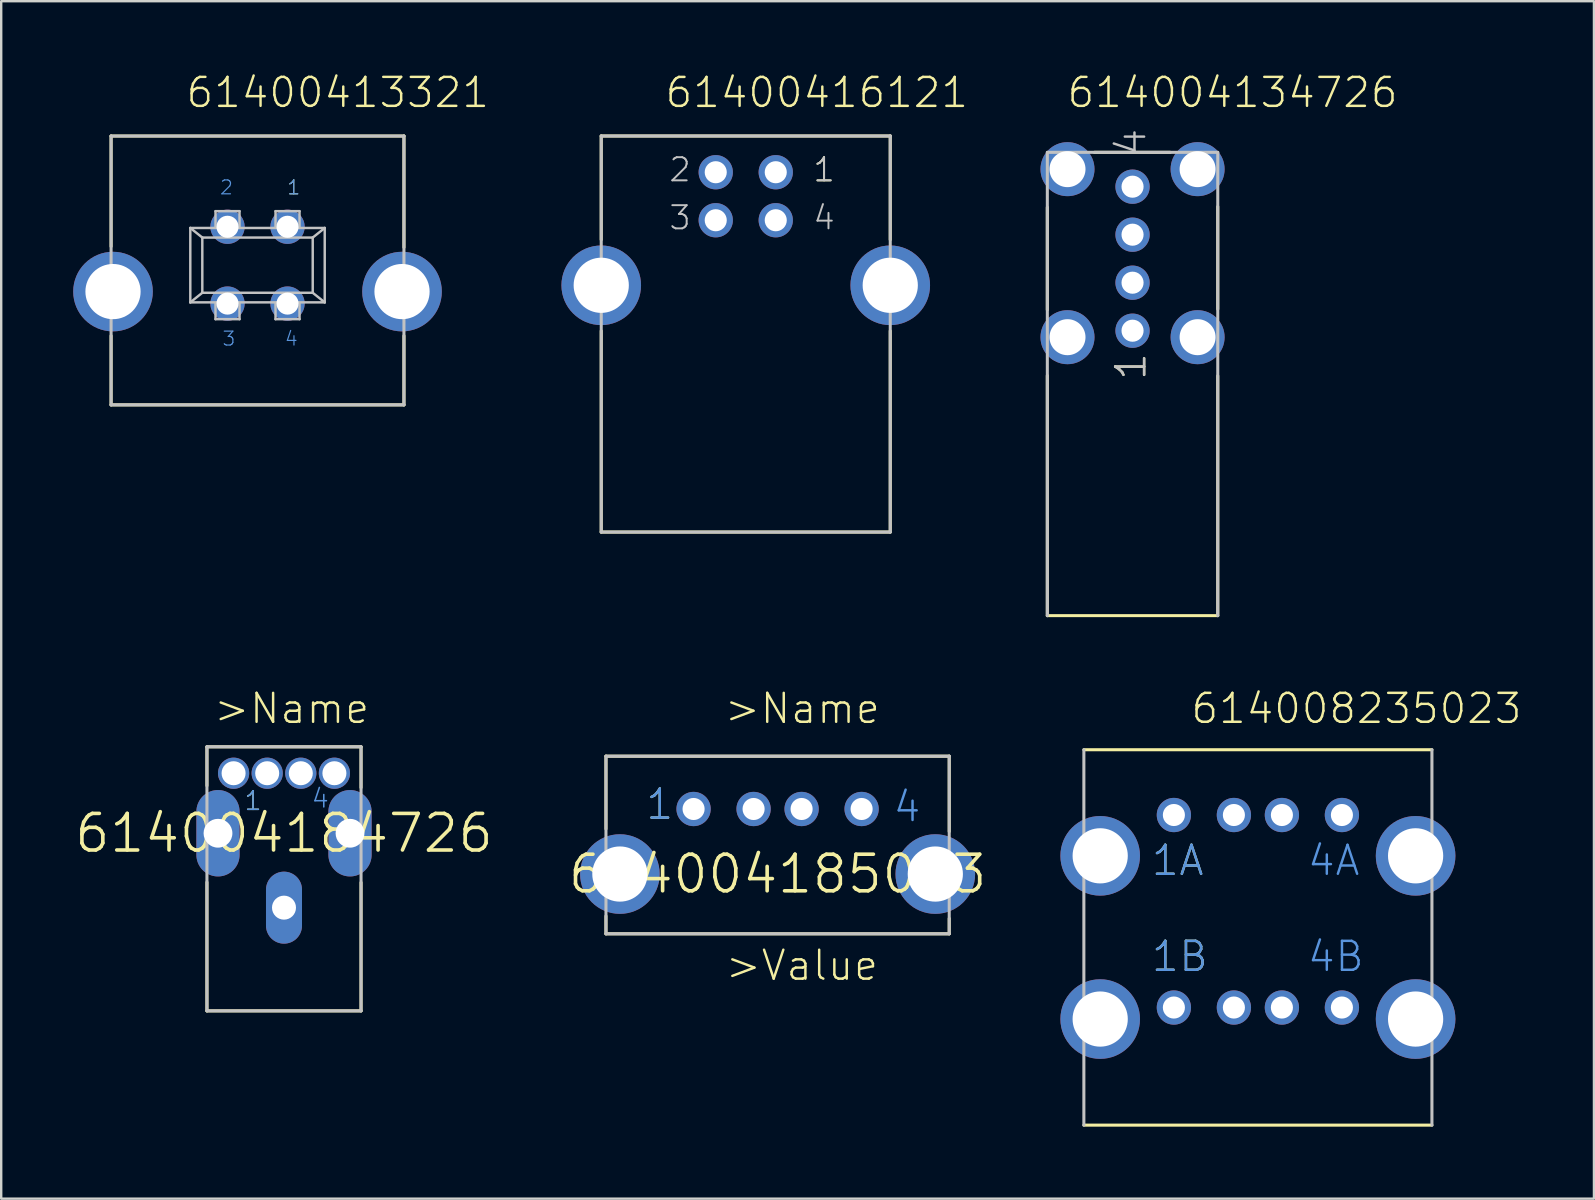
<source format=kicad_pcb>
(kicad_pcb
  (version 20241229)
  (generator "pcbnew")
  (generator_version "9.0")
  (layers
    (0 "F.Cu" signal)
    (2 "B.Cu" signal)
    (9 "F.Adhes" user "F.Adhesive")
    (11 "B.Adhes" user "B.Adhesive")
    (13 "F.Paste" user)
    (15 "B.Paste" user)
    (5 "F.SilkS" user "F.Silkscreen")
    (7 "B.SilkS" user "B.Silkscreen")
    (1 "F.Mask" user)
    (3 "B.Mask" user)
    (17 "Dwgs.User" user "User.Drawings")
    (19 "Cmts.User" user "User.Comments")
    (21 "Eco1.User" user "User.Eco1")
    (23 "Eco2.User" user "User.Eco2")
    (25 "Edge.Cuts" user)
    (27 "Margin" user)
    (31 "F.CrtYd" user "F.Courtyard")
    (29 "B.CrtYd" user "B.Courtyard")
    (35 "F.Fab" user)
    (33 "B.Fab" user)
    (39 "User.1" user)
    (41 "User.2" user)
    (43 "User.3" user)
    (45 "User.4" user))
  (footprint "614008235023"
    (layer "F.Cu")
    (at 49.353 36.003)
    (property "Reference" "614008235023" (at -2.852 -8.831 0) (layer "F.SilkS") (effects (font (size 1.206 1.206) (thickness 0.102)) (justify left bottom)))
    (attr through_hole)
    (fp_line (start -7.25 7.82) (end 7.25 7.82) (stroke (width 0.127) (type solid)) (layer "F.SilkS"))
    (fp_line (start 7.25 -7.82) (end -7.25 -7.82) (stroke (width 0.127) (type solid)) (layer "F.SilkS"))
    (fp_line (start -7.25 -7.82) (end -7.25 7.82) (stroke (width 0.127) (type solid)) (layer "Dwgs.User"))
    (fp_line (start 7.25 7.82) (end 7.25 -7.82) (stroke (width 0.127) (type solid)) (layer "Dwgs.User"))
    (fp_text user "1A" (at -4.5 -2.5 0) (layer "F.SilkS") (effects (font (size 1.206 1.206) (thickness 0.102)) (justify left bottom)))
    (fp_text user "1B" (at -4.5 1.5 0) (layer "F.SilkS") (effects (font (size 1.206 1.206) (thickness 0.102)) (justify left bottom)))
    (fp_text user "4B" (at 2 1.5 0) (layer "Cmts.User") (effects (font (size 1.206 1.206) (thickness 0.102)) (justify left bottom)))
    (fp_text user "1B" (at -4.5 1.5 0) (layer "Cmts.User") (effects (font (size 1.206 1.206) (thickness 0.102)) (justify left bottom)))
    (fp_text user "1A" (at -4.5 -2.5 0) (layer "Cmts.User") (effects (font (size 1.206 1.206) (thickness 0.102)) (justify left bottom)))
    (fp_text user "4A" (at 2 -2.5 0) (layer "Cmts.User") (effects (font (size 1.206 1.206) (thickness 0.102)) (justify left bottom)))
    (pad "A1" thru_hole circle (at -3.5 -5.1) (size 1.428 1.428) (drill 0.92) (layers "*.Cu" "*.Mask"))
    (pad "A2" thru_hole circle (at -1 -5.1) (size 1.428 1.428) (drill 0.92) (layers "*.Cu" "*.Mask"))
    (pad "A3" thru_hole circle (at 1 -5.1) (size 1.428 1.428) (drill 0.92) (layers "*.Cu" "*.Mask"))
    (pad "A4" thru_hole circle (at 3.5 -5.1) (size 1.428 1.428) (drill 0.92) (layers "*.Cu" "*.Mask"))
    (pad "B1" thru_hole circle (at -3.5 2.92) (size 1.428 1.428) (drill 0.92) (layers "*.Cu" "*.Mask"))
    (pad "B2" thru_hole circle (at -1 2.92) (size 1.428 1.428) (drill 0.92) (layers "*.Cu" "*.Mask"))
    (pad "B3" thru_hole circle (at 1 2.92) (size 1.428 1.428) (drill 0.92) (layers "*.Cu" "*.Mask"))
    (pad "B4" thru_hole circle (at 3.5 2.92) (size 1.428 1.428) (drill 0.92) (layers "*.Cu" "*.Mask"))
    (pad "SHEL" thru_hole circle (at -6.57 -3.4) (size 3.316 3.316) (drill 2.3) (layers "*.Cu" "*.Mask"))
    (pad "SHEL" thru_hole circle (at -6.57 3.4) (size 3.316 3.316) (drill 2.3) (layers "*.Cu" "*.Mask"))
    (pad "SHEL" thru_hole circle (at 6.57 -3.4) (size 3.316 3.316) (drill 2.3) (layers "*.Cu" "*.Mask"))
    (pad "SHEL" thru_hole circle (at 6.57 3.4) (size 3.316 3.316) (drill 2.3) (layers "*.Cu" "*.Mask")))
  (footprint "614004184726"
    (layer "F.Cu")
    (at 8.781 31.662)
    (property "Reference" "614004184726" (at 0 0 0) (layer "F.SilkS") (effects (font (size 1.524 1.524) (thickness 0.15))))
    (attr through_hole)
    (fp_line (start -3.21 -3.6) (end 3.21 -3.6) (stroke (width 0.127) (type solid)) (layer "F.SilkS"))
    (fp_line (start -3.21 -1.98) (end -3.21 -3.6) (stroke (width 0.127) (type solid)) (layer "F.SilkS"))
    (fp_line (start -3.21 2.04) (end -3.21 7.4) (stroke (width 0.127) (type solid)) (layer "F.SilkS"))
    (fp_line (start -3.21 7.4) (end 3.21 7.4) (stroke (width 0.127) (type solid)) (layer "F.SilkS"))
    (fp_line (start 3.21 -3.6) (end 3.21 -1.9) (stroke (width 0.127) (type solid)) (layer "F.SilkS"))
    (fp_line (start 3.21 7.4) (end 3.21 2.05) (stroke (width 0.127) (type solid)) (layer "F.SilkS"))
    (fp_line (start -3.21 -3.6) (end -3.21 7.4) (stroke (width 0.127) (type solid)) (layer "Dwgs.User"))
    (fp_line (start -3.21 -3.6) (end 3.21 -3.6) (stroke (width 0.127) (type solid)) (layer "Dwgs.User"))
    (fp_line (start -3.21 7.4) (end 3.21 7.4) (stroke (width 0.127) (type solid)) (layer "Dwgs.User"))
    (fp_line (start 3.21 -3.6) (end 3.21 7.4) (stroke (width 0.127) (type solid)) (layer "Dwgs.User"))
    (fp_text user ">Name" (at -2.99 -4.49 0) (layer "F.SilkS") (effects (font (size 1.206 1.206) (thickness 0.102)) (justify left bottom)))
    (fp_text user "1" (at -1.7 -0.9 0) (layer "F.SilkS") (effects (font (size 0.772 0.772) (thickness 0.065)) (justify left bottom)))
    (fp_text user "1" (at -1.7 -0.9 0) (layer "Cmts.User") (effects (font (size 0.772 0.772) (thickness 0.065)) (justify left bottom)))
    (fp_text user "4" (at 1.1 -1 0) (layer "Cmts.User") (effects (font (size 0.772 0.772) (thickness 0.065)) (justify left bottom)))
    (pad "1" thru_hole circle (at -2.1 -2.5) (size 1.3 1.3) (drill 1) (layers "*.Cu" "*.Mask"))
    (pad "2" thru_hole circle (at -0.7 -2.5) (size 1.3 1.3) (drill 1) (layers "*.Cu" "*.Mask"))
    (pad "3" thru_hole circle (at 0.7 -2.5) (size 1.3 1.3) (drill 1) (layers "*.Cu" "*.Mask"))
    (pad "4" thru_hole circle (at 2.1 -2.5) (size 1.3 1.3) (drill 1) (layers "*.Cu" "*.Mask"))
    (pad "SHEL" thru_hole oval (at -2.75 0 90) (size 3.6 1.8) (drill 1.2) (layers "*.Cu" "*.Mask"))
    (pad "SHEL" thru_hole oval (at 0 3.1 90) (size 3 1.5) (drill 1) (layers "*.Cu" "*.Mask"))
    (pad "SHEL" thru_hole oval (at 2.75 0 90) (size 3.6 1.8) (drill 1.2) (layers "*.Cu" "*.Mask")))
  (footprint "614004185023"
    (layer "F.Cu")
    (at 29.344 33.362)
    (property "Reference" "614004185023" (at 0 0 0) (layer "F.SilkS") (effects (font (size 1.524 1.524) (thickness 0.15))))
    (attr through_hole)
    (fp_line (start -7.15 -1.88) (end -7.15 -4.91) (stroke (width 0.127) (type solid)) (layer "F.SilkS"))
    (fp_line (start -7.15 1.75) (end -7.15 2.49) (stroke (width 0.127) (type solid)) (layer "F.SilkS"))
    (fp_line (start 7.15 -4.91) (end -7.15 -4.91) (stroke (width 0.127) (type solid)) (layer "F.SilkS"))
    (fp_line (start 7.15 -1.77) (end 7.15 -4.91) (stroke (width 0.127) (type solid)) (layer "F.SilkS"))
    (fp_line (start 7.15 1.85) (end 7.15 2.49) (stroke (width 0.127) (type solid)) (layer "F.SilkS"))
    (fp_line (start 7.15 2.49) (end -7.15 2.49) (stroke (width 0.127) (type solid)) (layer "F.SilkS"))
    (fp_line (start -7.15 2.49) (end -7.15 -4.91) (stroke (width 0.127) (type solid)) (layer "Dwgs.User"))
    (fp_line (start 7.15 -4.91) (end -7.15 -4.91) (stroke (width 0.127) (type solid)) (layer "Dwgs.User"))
    (fp_line (start 7.15 2.49) (end -7.15 2.49) (stroke (width 0.127) (type solid)) (layer "Dwgs.User"))
    (fp_line (start 7.15 2.49) (end 7.15 -4.91) (stroke (width 0.127) (type solid)) (layer "Dwgs.User"))
    (fp_text user ">Value" (at -2.24 4.51 0) (layer "F.SilkS") (effects (font (size 1.206 1.206) (thickness 0.102)) (justify left bottom)))
    (fp_text user "1" (at -5.55 -2.2 0) (layer "F.SilkS") (effects (font (size 1.206 1.206) (thickness 0.102)) (justify left bottom)))
    (fp_text user ">Name" (at -2.28 -6.19 0) (layer "F.SilkS") (effects (font (size 1.206 1.206) (thickness 0.102)) (justify left bottom)))
    (fp_text user "4" (at 4.75 -2.1 0) (layer "Cmts.User") (effects (font (size 1.206 1.206) (thickness 0.102)) (justify left bottom)))
    (fp_text user "1" (at -5.55 -2.2 0) (layer "Cmts.User") (effects (font (size 1.206 1.206) (thickness 0.102)) (justify left bottom)))
    (pad "1" thru_hole circle (at -3.5 -2.71 180) (size 1.428 1.428) (drill 0.92) (layers "*.Cu" "*.Mask"))
    (pad "2" thru_hole circle (at -1 -2.71 180) (size 1.428 1.428) (drill 0.92) (layers "*.Cu" "*.Mask"))
    (pad "3" thru_hole circle (at 1 -2.71 180) (size 1.428 1.428) (drill 0.92) (layers "*.Cu" "*.Mask"))
    (pad "4" thru_hole circle (at 3.5 -2.71 180) (size 1.428 1.428) (drill 0.92) (layers "*.Cu" "*.Mask"))
    (pad "SHEL" thru_hole circle (at -6.57 0 180) (size 3.316 3.316) (drill 2.3) (layers "*.Cu" "*.Mask"))
    (pad "SHEL" thru_hole circle (at 6.57 0 180) (size 3.316 3.316) (drill 2.3) (layers "*.Cu" "*.Mask")))
  (footprint "61400416121"
    (layer "F.Cu")
    (at 28.017 8.835)
    (property "Reference" "61400416121" (at -3.424 -7.323 0) (layer "F.SilkS") (effects (font (size 1.206 1.206) (thickness 0.102)) (justify left bottom)))
    (attr through_hole)
    (fp_line (start -6.02 -6.22) (end -6.02 -1.9) (stroke (width 0.127) (type solid)) (layer "F.SilkS"))
    (fp_line (start -6.02 10.28) (end -6.02 1.9) (stroke (width 0.127) (type solid)) (layer "F.SilkS"))
    (fp_line (start 6.02 -6.22) (end -6.02 -6.22) (stroke (width 0.127) (type solid)) (layer "F.SilkS"))
    (fp_line (start 6.02 -1.9) (end 6.02 -6.22) (stroke (width 0.127) (type solid)) (layer "F.SilkS"))
    (fp_line (start 6.02 1.9) (end 6.02 10.28) (stroke (width 0.127) (type solid)) (layer "F.SilkS"))
    (fp_line (start 6.02 10.28) (end -6.02 10.28) (stroke (width 0.127) (type solid)) (layer "F.SilkS"))
    (fp_line (start -6.02 -6.22) (end -6.02 10.28) (stroke (width 0.127) (type solid)) (layer "Dwgs.User"))
    (fp_line (start -6.02 10.28) (end 6.02 10.28) (stroke (width 0.127) (type solid)) (layer "Dwgs.User"))
    (fp_line (start 6.02 -6.22) (end -6.02 -6.22) (stroke (width 0.127) (type solid)) (layer "Dwgs.User"))
    (fp_line (start 6.02 10.28) (end 6.02 -6.22) (stroke (width 0.127) (type solid)) (layer "Dwgs.User"))
    (fp_text user "1" (at 2.75 -4.25 0) (layer "F.SilkS") (effects (font (size 0.965 0.965) (thickness 0.081)) (justify left bottom)))
    (fp_text user "1" (at 2.75 -4.25 0) (layer "Dwgs.User") (effects (font (size 0.965 0.965) (thickness 0.081)) (justify left bottom)))
    (fp_text user "3" (at -3.25 -2.25 0) (layer "Dwgs.User") (effects (font (size 0.965 0.965) (thickness 0.081)) (justify left bottom)))
    (fp_text user "4" (at 2.75 -2.25 0) (layer "Dwgs.User") (effects (font (size 0.965 0.965) (thickness 0.081)) (justify left bottom)))
    (fp_text user "2" (at -3.25 -4.25 0) (layer "Dwgs.User") (effects (font (size 0.965 0.965) (thickness 0.081)) (justify left bottom)))
    (pad "1" thru_hole circle (at 1.25 -4.71) (size 1.428 1.428) (drill 0.92) (layers "*.Cu" "*.Mask"))
    (pad "2" thru_hole circle (at -1.25 -4.71) (size 1.428 1.428) (drill 0.92) (layers "*.Cu" "*.Mask"))
    (pad "3" thru_hole circle (at -1.25 -2.71) (size 1.428 1.428) (drill 0.92) (layers "*.Cu" "*.Mask"))
    (pad "4" thru_hole circle (at 1.25 -2.71) (size 1.428 1.428) (drill 0.92) (layers "*.Cu" "*.Mask"))
    (pad "SHEL" thru_hole circle (at -6.02 0) (size 3.316 3.316) (drill 2.3) (layers "*.Cu" "*.Mask"))
    (pad "SHEL" thru_hole circle (at 6.02 0) (size 3.316 3.316) (drill 2.3) (layers "*.Cu" "*.Mask")))
  (footprint "614004134726"
    (layer "F.Cu")
    (at 44.131 10.727)
    (property "Reference" "614004134726" (at -2.792 -9.216 0) (layer "F.SilkS") (effects (font (size 1.206 1.206) (thickness 0.102)) (justify left bottom)))
    (attr through_hole)
    (fp_line (start -3.55 -5.14) (end -3.55 -0.87) (stroke (width 0.127) (type solid)) (layer "F.SilkS"))
    (fp_line (start -3.55 1.87) (end -3.55 11.87) (stroke (width 0.127) (type solid)) (layer "F.SilkS"))
    (fp_line (start -3.55 11.87) (end 3.55 11.87) (stroke (width 0.127) (type solid)) (layer "F.SilkS"))
    (fp_line (start -1.59 -7.43) (end 1.57 -7.43) (stroke (width 0.127) (type solid)) (layer "F.SilkS"))
    (fp_line (start 3.55 -5.17) (end 3.55 -0.9) (stroke (width 0.127) (type solid)) (layer "F.SilkS"))
    (fp_line (start 3.55 1.88) (end 3.55 11.87) (stroke (width 0.127) (type solid)) (layer "F.SilkS"))
    (fp_line (start -3.55 -7.43) (end 3.55 -7.43) (stroke (width 0.127) (type solid)) (layer "Dwgs.User"))
    (fp_line (start -3.55 11.87) (end -3.55 -7.43) (stroke (width 0.127) (type solid)) (layer "Dwgs.User"))
    (fp_line (start 3.55 -7.43) (end 3.55 11.87) (stroke (width 0.127) (type solid)) (layer "Dwgs.User"))
    (fp_text user "1" (at 0.635 2.135 90) (layer "F.SilkS") (effects (font (size 1.206 1.206) (thickness 0.102)) (justify left bottom)))
    (fp_text user "4" (at 0.635 -7.215 90) (layer "Dwgs.User") (effects (font (size 1.206 1.206) (thickness 0.102)) (justify left bottom)))
    (fp_text user "1" (at 0.635 2.135 90) (layer "Dwgs.User") (effects (font (size 1.206 1.206) (thickness 0.102)) (justify left bottom)))
    (pad "1" thru_hole circle (at 0 0 90) (size 1.428 1.428) (drill 0.92) (layers "*.Cu" "*.Mask"))
    (pad "2" thru_hole circle (at 0 -2 90) (size 1.428 1.428) (drill 0.92) (layers "*.Cu" "*.Mask"))
    (pad "3" thru_hole circle (at 0 -4 90) (size 1.428 1.428) (drill 0.92) (layers "*.Cu" "*.Mask"))
    (pad "4" thru_hole circle (at 0 -6 90) (size 1.428 1.428) (drill 0.92) (layers "*.Cu" "*.Mask"))
    (pad "SHEL" thru_hole circle (at -2.71 -6.73 90) (size 2.25 2.25) (drill 1.5) (layers "*.Cu" "*.Mask"))
    (pad "SHEL" thru_hole circle (at -2.71 0.27 90) (size 2.25 2.25) (drill 1.5) (layers "*.Cu" "*.Mask"))
    (pad "SHEL" thru_hole circle (at 2.71 -6.73 90) (size 2.25 2.25) (drill 1.5) (layers "*.Cu" "*.Mask"))
    (pad "SHEL" thru_hole circle (at 2.71 0.27 90) (size 2.25 2.25) (drill 1.5) (layers "*.Cu" "*.Mask")))
  (footprint "61400413321"
    (layer "F.Cu")
    (at 7.678 6.397)
    (property "Reference" "61400413321" (at -3.042 -4.886 0) (layer "F.SilkS") (effects (font (size 1.206 1.206) (thickness 0.102)) (justify left bottom)))
    (attr through_hole)
    (fp_line (start -6.1 -3.78) (end 6.1 -3.78) (stroke (width 0.127) (type solid)) (layer "F.SilkS"))
    (fp_line (start -6.1 0.82) (end -6.1 -3.78) (stroke (width 0.127) (type solid)) (layer "F.SilkS"))
    (fp_line (start -6.1 4.54) (end -6.1 7.42) (stroke (width 0.127) (type solid)) (layer "F.SilkS"))
    (fp_line (start -6.1 7.42) (end 6.1 7.42) (stroke (width 0.127) (type solid)) (layer "F.SilkS"))
    (fp_line (start 6.1 -3.78) (end 6.1 0.86) (stroke (width 0.127) (type solid)) (layer "F.SilkS"))
    (fp_line (start 6.1 7.42) (end 6.1 4.54) (stroke (width 0.127) (type solid)) (layer "F.SilkS"))
    (fp_line (start -6.1 -3.78) (end -6.1 7.42) (stroke (width 0.127) (type solid)) (layer "Dwgs.User"))
    (fp_line (start -6.1 7.42) (end 6.1 7.42) (stroke (width 0.127) (type solid)) (layer "Dwgs.User"))
    (fp_line (start -2.8 0.05) (end -2.3 0.45) (stroke (width 0.102) (type solid)) (layer "Dwgs.User"))
    (fp_line (start -2.8 0.05) (end 2.8 0.05) (stroke (width 0.102) (type solid)) (layer "Dwgs.User"))
    (fp_line (start -2.8 3.15) (end -2.8 0.05) (stroke (width 0.102) (type solid)) (layer "Dwgs.User"))
    (fp_line (start -2.8 3.15) (end -2.3 2.75) (stroke (width 0.102) (type solid)) (layer "Dwgs.User"))
    (fp_line (start -2.3 0.45) (end 2.3 0.45) (stroke (width 0.102) (type solid)) (layer "Dwgs.User"))
    (fp_line (start -2.3 2.75) (end -2.3 0.45) (stroke (width 0.102) (type solid)) (layer "Dwgs.User"))
    (fp_line (start -1.75 -0.65) (end -0.75 -0.65) (stroke (width 0.102) (type solid)) (layer "Dwgs.User"))
    (fp_line (start -1.75 0) (end -1.75 -0.65) (stroke (width 0.102) (type solid)) (layer "Dwgs.User"))
    (fp_line (start -1.75 3.85) (end -1.75 3.2) (stroke (width 0.102) (type solid)) (layer "Dwgs.User"))
    (fp_line (start -0.75 -0.65) (end -0.75 0) (stroke (width 0.102) (type solid)) (layer "Dwgs.User"))
    (fp_line (start -0.75 3.2) (end -0.75 3.85) (stroke (width 0.102) (type solid)) (layer "Dwgs.User"))
    (fp_line (start -0.75 3.85) (end -1.75 3.85) (stroke (width 0.102) (type solid)) (layer "Dwgs.User"))
    (fp_line (start 0.75 -0.65) (end 1.75 -0.65) (stroke (width 0.102) (type solid)) (layer "Dwgs.User"))
    (fp_line (start 0.75 0) (end 0.75 -0.65) (stroke (width 0.102) (type solid)) (layer "Dwgs.User"))
    (fp_line (start 0.75 3.85) (end 0.75 3.2) (stroke (width 0.102) (type solid)) (layer "Dwgs.User"))
    (fp_line (start 1.75 -0.65) (end 1.75 0) (stroke (width 0.102) (type solid)) (layer "Dwgs.User"))
    (fp_line (start 1.75 3.2) (end 1.75 3.85) (stroke (width 0.102) (type solid)) (layer "Dwgs.User"))
    (fp_line (start 1.75 3.85) (end 0.75 3.85) (stroke (width 0.102) (type solid)) (layer "Dwgs.User"))
    (fp_line (start 2.3 0.45) (end 2.3 2.75) (stroke (width 0.102) (type solid)) (layer "Dwgs.User"))
    (fp_line (start 2.3 0.45) (end 2.8 0.05) (stroke (width 0.102) (type solid)) (layer "Dwgs.User"))
    (fp_line (start 2.3 2.75) (end -2.3 2.75) (stroke (width 0.102) (type solid)) (layer "Dwgs.User"))
    (fp_line (start 2.3 2.75) (end 2.8 3.15) (stroke (width 0.102) (type solid)) (layer "Dwgs.User"))
    (fp_line (start 2.8 0.05) (end 2.8 3.15) (stroke (width 0.102) (type solid)) (layer "Dwgs.User"))
    (fp_line (start 2.8 3.15) (end -2.8 3.15) (stroke (width 0.102) (type solid)) (layer "Dwgs.User"))
    (fp_line (start 6.1 -3.78) (end -6.1 -3.78) (stroke (width 0.127) (type solid)) (layer "Dwgs.User"))
    (fp_line (start 6.1 7.42) (end 6.1 -3.78) (stroke (width 0.127) (type solid)) (layer "Dwgs.User"))
    (fp_text user "1" (at 1.2 -1.3 0) (layer "F.SilkS") (effects (font (size 0.579 0.579) (thickness 0.049)) (justify left bottom)))
    (fp_text user "2" (at -1.6 -1.3 0) (layer "Cmts.User") (effects (font (size 0.579 0.579) (thickness 0.049)) (justify left bottom)))
    (fp_text user "4" (at 1.1 5 0) (layer "Cmts.User") (effects (font (size 0.579 0.579) (thickness 0.049)) (justify left bottom)))
    (fp_text user "3" (at -1.5 5 0) (layer "Cmts.User") (effects (font (size 0.579 0.579) (thickness 0.049)) (justify left bottom)))
    (fp_text user "1" (at 1.2 -1.3 0) (layer "Cmts.User") (effects (font (size 0.579 0.579) (thickness 0.049)) (justify left bottom)))
    (pad "1" thru_hole circle (at 1.25 0) (size 1.428 1.428) (drill 0.92) (layers "*.Cu" "*.Mask"))
    (pad "2" thru_hole circle (at -1.25 0) (size 1.428 1.428) (drill 0.92) (layers "*.Cu" "*.Mask"))
    (pad "3" thru_hole circle (at -1.25 3.2) (size 1.428 1.428) (drill 0.92) (layers "*.Cu" "*.Mask"))
    (pad "4" thru_hole circle (at 1.25 3.2) (size 1.428 1.428) (drill 0.92) (layers "*.Cu" "*.Mask"))
    (pad "SHEL" thru_hole circle (at -6.02 2.7) (size 3.316 3.316) (drill 2.3) (layers "*.Cu" "*.Mask"))
    (pad "SHEL" thru_hole circle (at 6.02 2.7) (size 3.316 3.316) (drill 2.3) (layers "*.Cu" "*.Mask")))
  (gr_rect
    (start -3 -3)
    (end 63.353 46.886)
    (stroke (width 0.1) (type default))
    (fill no)
    (layer "Edge.Cuts")))
</source>
